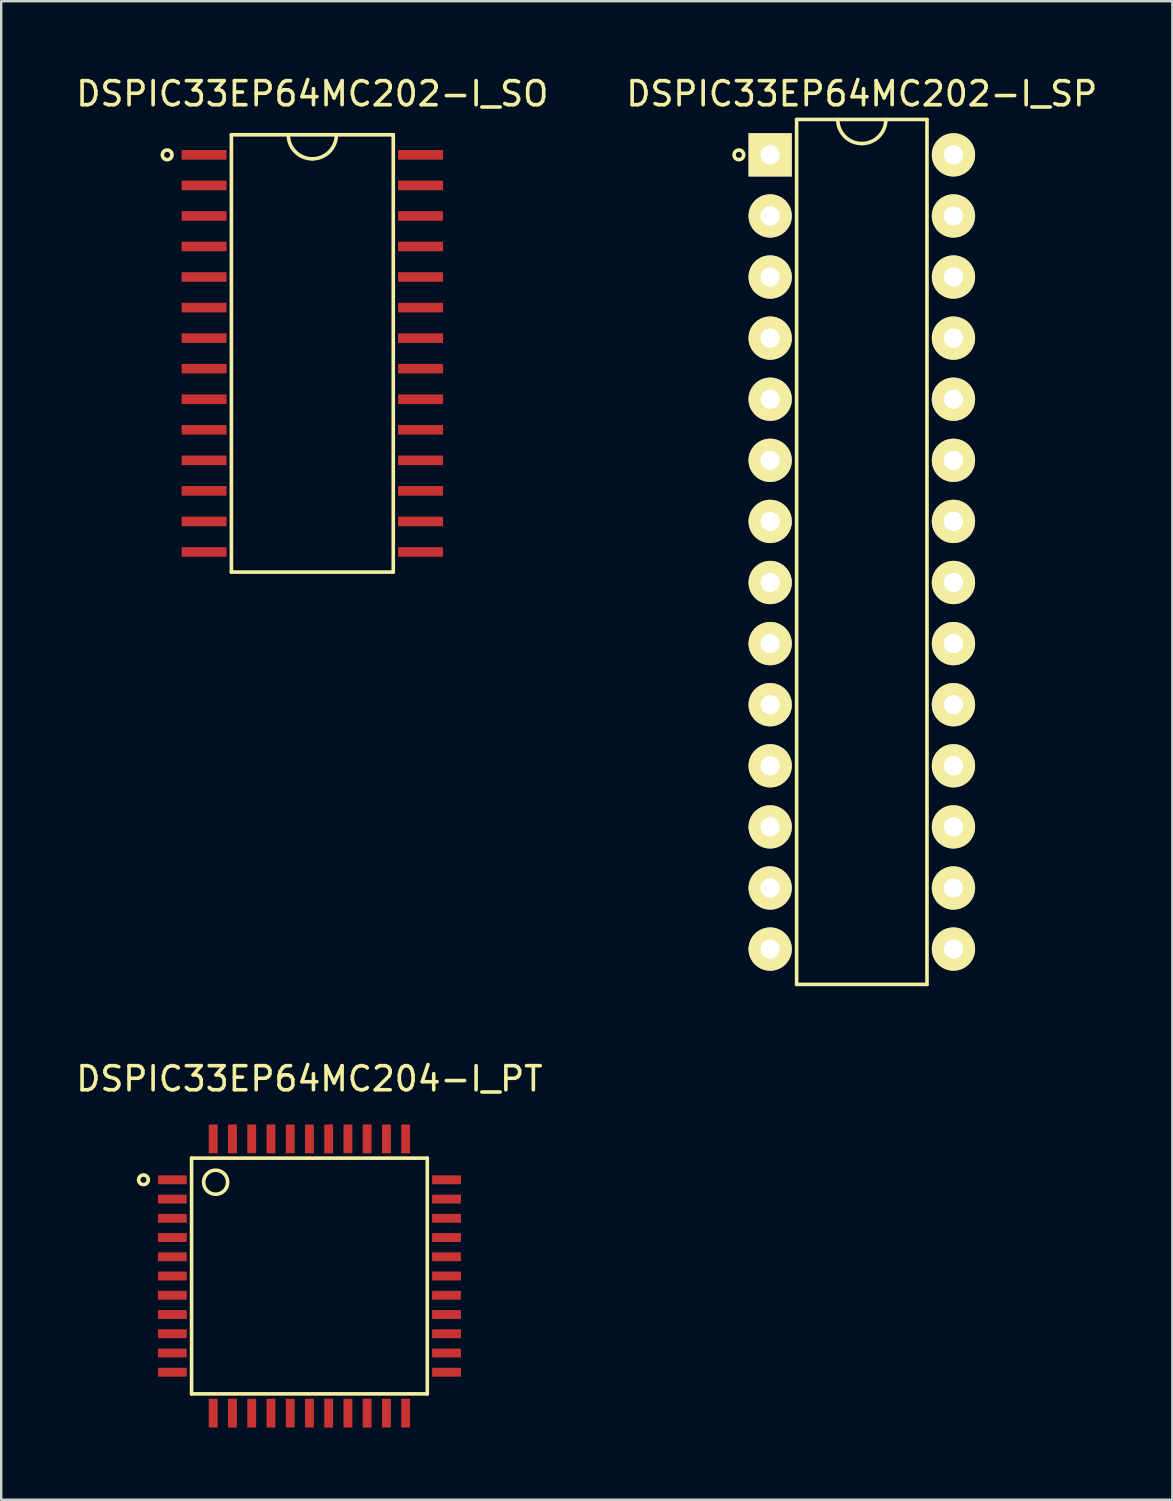
<source format=kicad_pcb>
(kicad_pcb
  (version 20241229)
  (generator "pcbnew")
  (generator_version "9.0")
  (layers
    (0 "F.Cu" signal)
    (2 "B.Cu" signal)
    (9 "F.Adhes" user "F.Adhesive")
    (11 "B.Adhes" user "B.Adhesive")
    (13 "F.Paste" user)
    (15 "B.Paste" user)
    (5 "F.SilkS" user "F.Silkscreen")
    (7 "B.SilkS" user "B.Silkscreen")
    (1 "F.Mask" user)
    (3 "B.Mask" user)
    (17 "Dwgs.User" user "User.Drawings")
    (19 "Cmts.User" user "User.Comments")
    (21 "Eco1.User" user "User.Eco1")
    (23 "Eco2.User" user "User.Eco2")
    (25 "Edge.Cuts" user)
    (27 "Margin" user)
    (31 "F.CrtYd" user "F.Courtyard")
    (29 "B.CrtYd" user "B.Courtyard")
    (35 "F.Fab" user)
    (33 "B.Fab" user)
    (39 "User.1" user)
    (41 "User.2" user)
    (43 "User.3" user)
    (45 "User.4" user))
  (footprint "DSPIC33EP64MC202-I_SP"
    (layer "F.Cu")
    (at 28.97 3.388)
    (property "Reference" "DSPIC33EP64MC202-I_SP" (at 3.81 -2.54 0) (layer "F.SilkS") (effects (font (size 1 1) (thickness 0.15))))
    (attr through_hole)
    (fp_line (start 1.1 -1.47) (end 6.52 -1.47) (stroke (width 0.15) (type solid)) (layer "F.SilkS"))
    (fp_line (start 1.1 34.49) (end 1.1 -1.47) (stroke (width 0.15) (type solid)) (layer "F.SilkS"))
    (fp_line (start 6.52 -1.47) (end 6.52 34.49) (stroke (width 0.15) (type solid)) (layer "F.SilkS"))
    (fp_line (start 6.52 34.49) (end 1.1 34.49) (stroke (width 0.15) (type solid)) (layer "F.SilkS"))
    (fp_arc (start 3.81 -0.47) (mid 3.102893 -0.762893) (end 2.81 -1.47) (stroke (width 0.15) (type solid)) (layer "F.SilkS"))
    (fp_arc (start 4.81 -1.47) (mid 4.517107 -0.762893) (end 3.81 -0.47) (stroke (width 0.15) (type solid)) (layer "F.SilkS"))
    (fp_circle (center -1.3 0) (end -1.3 0.2) (stroke (width 0.15) (type solid)) (fill no) (layer "F.SilkS"))
    (pad "1" thru_hole rect (at 0 0) (size 1.8 1.8) (drill 0.8) (layers "*.Cu" "*.Mask" "F.SilkS"))
    (pad "2" thru_hole circle (at 0 2.54) (size 1.8 1.8) (drill 0.8) (layers "*.Cu" "*.Mask" "F.SilkS"))
    (pad "3" thru_hole circle (at 0 5.08) (size 1.8 1.8) (drill 0.8) (layers "*.Cu" "*.Mask" "F.SilkS"))
    (pad "4" thru_hole circle (at 0 7.62) (size 1.8 1.8) (drill 0.8) (layers "*.Cu" "*.Mask" "F.SilkS"))
    (pad "5" thru_hole circle (at 0 10.16) (size 1.8 1.8) (drill 0.8) (layers "*.Cu" "*.Mask" "F.SilkS"))
    (pad "6" thru_hole circle (at 0 12.7) (size 1.8 1.8) (drill 0.8) (layers "*.Cu" "*.Mask" "F.SilkS"))
    (pad "7" thru_hole circle (at 0 15.24) (size 1.8 1.8) (drill 0.8) (layers "*.Cu" "*.Mask" "F.SilkS"))
    (pad "8" thru_hole circle (at 0 17.78) (size 1.8 1.8) (drill 0.8) (layers "*.Cu" "*.Mask" "F.SilkS"))
    (pad "9" thru_hole circle (at 0 20.32) (size 1.8 1.8) (drill 0.8) (layers "*.Cu" "*.Mask" "F.SilkS"))
    (pad "10" thru_hole circle (at 0 22.86) (size 1.8 1.8) (drill 0.8) (layers "*.Cu" "*.Mask" "F.SilkS"))
    (pad "11" thru_hole circle (at 0 25.4) (size 1.8 1.8) (drill 0.8) (layers "*.Cu" "*.Mask" "F.SilkS"))
    (pad "12" thru_hole circle (at 0 27.94) (size 1.8 1.8) (drill 0.8) (layers "*.Cu" "*.Mask" "F.SilkS"))
    (pad "13" thru_hole circle (at 0 30.48) (size 1.8 1.8) (drill 0.8) (layers "*.Cu" "*.Mask" "F.SilkS"))
    (pad "14" thru_hole circle (at 0 33.02) (size 1.8 1.8) (drill 0.8) (layers "*.Cu" "*.Mask" "F.SilkS"))
    (pad "15" thru_hole circle (at 7.62 33.02) (size 1.8 1.8) (drill 0.8) (layers "*.Cu" "*.Mask" "F.SilkS"))
    (pad "16" thru_hole circle (at 7.62 30.48) (size 1.8 1.8) (drill 0.8) (layers "*.Cu" "*.Mask" "F.SilkS"))
    (pad "17" thru_hole circle (at 7.62 27.94) (size 1.8 1.8) (drill 0.8) (layers "*.Cu" "*.Mask" "F.SilkS"))
    (pad "18" thru_hole circle (at 7.62 25.4) (size 1.8 1.8) (drill 0.8) (layers "*.Cu" "*.Mask" "F.SilkS"))
    (pad "19" thru_hole circle (at 7.62 22.86) (size 1.8 1.8) (drill 0.8) (layers "*.Cu" "*.Mask" "F.SilkS"))
    (pad "20" thru_hole circle (at 7.62 20.32) (size 1.8 1.8) (drill 0.8) (layers "*.Cu" "*.Mask" "F.SilkS"))
    (pad "21" thru_hole circle (at 7.62 17.78) (size 1.8 1.8) (drill 0.8) (layers "*.Cu" "*.Mask" "F.SilkS"))
    (pad "22" thru_hole circle (at 7.62 15.24) (size 1.8 1.8) (drill 0.8) (layers "*.Cu" "*.Mask" "F.SilkS"))
    (pad "23" thru_hole circle (at 7.62 12.7) (size 1.8 1.8) (drill 0.8) (layers "*.Cu" "*.Mask" "F.SilkS"))
    (pad "24" thru_hole circle (at 7.62 10.16) (size 1.8 1.8) (drill 0.8) (layers "*.Cu" "*.Mask" "F.SilkS"))
    (pad "25" thru_hole circle (at 7.62 7.62) (size 1.8 1.8) (drill 0.8) (layers "*.Cu" "*.Mask" "F.SilkS"))
    (pad "26" thru_hole circle (at 7.62 5.08) (size 1.8 1.8) (drill 0.8) (layers "*.Cu" "*.Mask" "F.SilkS"))
    (pad "27" thru_hole circle (at 7.62 2.54) (size 1.8 1.8) (drill 0.8) (layers "*.Cu" "*.Mask" "F.SilkS"))
    (pad "28" thru_hole circle (at 7.62 0) (size 1.8 1.8) (drill 0.8) (layers "*.Cu" "*.Mask" "F.SilkS")))
  (footprint "DSPIC33EP64MC202-I_SO"
    (layer "F.Cu")
    (at 5.435 3.388)
    (property "Reference" "DSPIC33EP64MC202-I_SO" (at 4.5 -2.54 0) (layer "F.SilkS") (effects (font (size 1 1) (thickness 0.15))))
    (attr through_hole)
    (fp_line (start 1.135 -0.835) (end 7.865 -0.835) (stroke (width 0.15) (type solid)) (layer "F.SilkS"))
    (fp_line (start 1.135 17.345) (end 1.135 -0.835) (stroke (width 0.15) (type solid)) (layer "F.SilkS"))
    (fp_line (start 7.865 -0.835) (end 7.865 17.345) (stroke (width 0.15) (type solid)) (layer "F.SilkS"))
    (fp_line (start 7.865 17.345) (end 1.135 17.345) (stroke (width 0.15) (type solid)) (layer "F.SilkS"))
    (fp_arc (start 4.5 0.165) (mid 3.792893 -0.127893) (end 3.5 -0.835) (stroke (width 0.15) (type solid)) (layer "F.SilkS"))
    (fp_arc (start 5.5 -0.835) (mid 5.207107 -0.127893) (end 4.5 0.165) (stroke (width 0.15) (type solid)) (layer "F.SilkS"))
    (fp_circle (center -1.535 0) (end -1.535 0.2) (stroke (width 0.15) (type solid)) (fill no) (layer "F.SilkS"))
    (pad "1" smd rect (at 0 0) (size 1.87 0.4) (layers "F.Cu" "F.Mask" "F.Paste"))
    (pad "2" smd rect (at 0 1.27) (size 1.87 0.4) (layers "F.Cu" "F.Mask" "F.Paste"))
    (pad "3" smd rect (at 0 2.54) (size 1.87 0.4) (layers "F.Cu" "F.Mask" "F.Paste"))
    (pad "4" smd rect (at 0 3.81) (size 1.87 0.4) (layers "F.Cu" "F.Mask" "F.Paste"))
    (pad "5" smd rect (at 0 5.08) (size 1.87 0.4) (layers "F.Cu" "F.Mask" "F.Paste"))
    (pad "6" smd rect (at 0 6.35) (size 1.87 0.4) (layers "F.Cu" "F.Mask" "F.Paste"))
    (pad "7" smd rect (at 0 7.62) (size 1.87 0.4) (layers "F.Cu" "F.Mask" "F.Paste"))
    (pad "8" smd rect (at 0 8.89) (size 1.87 0.4) (layers "F.Cu" "F.Mask" "F.Paste"))
    (pad "9" smd rect (at 0 10.16) (size 1.87 0.4) (layers "F.Cu" "F.Mask" "F.Paste"))
    (pad "10" smd rect (at 0 11.43) (size 1.87 0.4) (layers "F.Cu" "F.Mask" "F.Paste"))
    (pad "11" smd rect (at 0 12.7) (size 1.87 0.4) (layers "F.Cu" "F.Mask" "F.Paste"))
    (pad "12" smd rect (at 0 13.97) (size 1.87 0.4) (layers "F.Cu" "F.Mask" "F.Paste"))
    (pad "13" smd rect (at 0 15.24) (size 1.87 0.4) (layers "F.Cu" "F.Mask" "F.Paste"))
    (pad "14" smd rect (at 0 16.51) (size 1.87 0.4) (layers "F.Cu" "F.Mask" "F.Paste"))
    (pad "15" smd rect (at 9 16.51) (size 1.87 0.4) (layers "F.Cu" "F.Mask" "F.Paste"))
    (pad "16" smd rect (at 9 15.24) (size 1.87 0.4) (layers "F.Cu" "F.Mask" "F.Paste"))
    (pad "17" smd rect (at 9 13.97) (size 1.87 0.4) (layers "F.Cu" "F.Mask" "F.Paste"))
    (pad "18" smd rect (at 9 12.7) (size 1.87 0.4) (layers "F.Cu" "F.Mask" "F.Paste"))
    (pad "19" smd rect (at 9 11.43) (size 1.87 0.4) (layers "F.Cu" "F.Mask" "F.Paste"))
    (pad "20" smd rect (at 9 10.16) (size 1.87 0.4) (layers "F.Cu" "F.Mask" "F.Paste"))
    (pad "21" smd rect (at 9 8.89) (size 1.87 0.4) (layers "F.Cu" "F.Mask" "F.Paste"))
    (pad "22" smd rect (at 9 7.62) (size 1.87 0.4) (layers "F.Cu" "F.Mask" "F.Paste"))
    (pad "23" smd rect (at 9 6.35) (size 1.87 0.4) (layers "F.Cu" "F.Mask" "F.Paste"))
    (pad "24" smd rect (at 9 5.08) (size 1.87 0.4) (layers "F.Cu" "F.Mask" "F.Paste"))
    (pad "25" smd rect (at 9 3.81) (size 1.87 0.4) (layers "F.Cu" "F.Mask" "F.Paste"))
    (pad "26" smd rect (at 9 2.54) (size 1.87 0.4) (layers "F.Cu" "F.Mask" "F.Paste"))
    (pad "27" smd rect (at 9 1.27) (size 1.87 0.4) (layers "F.Cu" "F.Mask" "F.Paste"))
    (pad "28" smd rect (at 9 0) (size 1.87 0.4) (layers "F.Cu" "F.Mask" "F.Paste")))
  (footprint "DSPIC33EP64MC204-I_PT"
    (layer "F.Cu")
    (at 4.115 44.301)
    (property "Reference" "DSPIC33EP64MC204-I_PT" (at 5.7 -2.5 0) (layer "F.SilkS") (effects (font (size 1 1) (thickness 0.15))))
    (attr through_hole)
    (fp_line (start 0.8 0.8) (end 0.8 10.6) (stroke (width 0.15) (type solid)) (layer "F.SilkS"))
    (fp_line (start 0.8 0.8) (end 10.6 0.8) (stroke (width 0.15) (type solid)) (layer "F.SilkS"))
    (fp_line (start 0.8 10.6) (end 10.6 10.6) (stroke (width 0.15) (type solid)) (layer "F.SilkS"))
    (fp_line (start 10.6 10.6) (end 10.6 0.8) (stroke (width 0.15) (type solid)) (layer "F.SilkS"))
    (fp_circle (center -1.2 1.7) (end -1.2 1.5) (stroke (width 0.15) (type solid)) (fill no) (layer "F.SilkS"))
    (fp_circle (center 1.8 1.8) (end 1.8 1.3) (stroke (width 0.15) (type solid)) (fill no) (layer "F.SilkS"))
    (pad "1" smd rect (at 0 1.7) (size 1.2 0.37) (layers "F.Cu" "F.Mask" "F.Paste"))
    (pad "2" smd rect (at 0 2.5) (size 1.2 0.37) (layers "F.Cu" "F.Mask" "F.Paste"))
    (pad "3" smd rect (at 0 3.3) (size 1.2 0.37) (layers "F.Cu" "F.Mask" "F.Paste"))
    (pad "4" smd rect (at 0 4.1) (size 1.2 0.37) (layers "F.Cu" "F.Mask" "F.Paste"))
    (pad "5" smd rect (at 0 4.9) (size 1.2 0.37) (layers "F.Cu" "F.Mask" "F.Paste"))
    (pad "6" smd rect (at 0 5.7) (size 1.2 0.37) (layers "F.Cu" "F.Mask" "F.Paste"))
    (pad "7" smd rect (at 0 6.5) (size 1.2 0.37) (layers "F.Cu" "F.Mask" "F.Paste"))
    (pad "8" smd rect (at 0 7.3) (size 1.2 0.37) (layers "F.Cu" "F.Mask" "F.Paste"))
    (pad "9" smd rect (at 0 8.1) (size 1.2 0.37) (layers "F.Cu" "F.Mask" "F.Paste"))
    (pad "10" smd rect (at 0 8.9) (size 1.2 0.37) (layers "F.Cu" "F.Mask" "F.Paste"))
    (pad "11" smd rect (at 0 9.7) (size 1.2 0.37) (layers "F.Cu" "F.Mask" "F.Paste"))
    (pad "12" smd rect (at 1.7 11.4) (size 0.37 1.2) (layers "F.Cu" "F.Mask" "F.Paste"))
    (pad "13" smd rect (at 2.5 11.4) (size 0.37 1.2) (layers "F.Cu" "F.Mask" "F.Paste"))
    (pad "14" smd rect (at 3.3 11.4) (size 0.37 1.2) (layers "F.Cu" "F.Mask" "F.Paste"))
    (pad "15" smd rect (at 4.1 11.4) (size 0.37 1.2) (layers "F.Cu" "F.Mask" "F.Paste"))
    (pad "16" smd rect (at 4.9 11.4) (size 0.37 1.2) (layers "F.Cu" "F.Mask" "F.Paste"))
    (pad "17" smd rect (at 5.7 11.4) (size 0.37 1.2) (layers "F.Cu" "F.Mask" "F.Paste"))
    (pad "18" smd rect (at 6.5 11.4) (size 0.37 1.2) (layers "F.Cu" "F.Mask" "F.Paste"))
    (pad "19" smd rect (at 7.3 11.4) (size 0.37 1.2) (layers "F.Cu" "F.Mask" "F.Paste"))
    (pad "20" smd rect (at 8.1 11.4) (size 0.37 1.2) (layers "F.Cu" "F.Mask" "F.Paste"))
    (pad "21" smd rect (at 8.9 11.4) (size 0.37 1.2) (layers "F.Cu" "F.Mask" "F.Paste"))
    (pad "22" smd rect (at 9.7 11.4) (size 0.37 1.2) (layers "F.Cu" "F.Mask" "F.Paste"))
    (pad "23" smd rect (at 11.4 9.7) (size 1.2 0.37) (layers "F.Cu" "F.Mask" "F.Paste"))
    (pad "24" smd rect (at 11.4 8.9) (size 1.2 0.37) (layers "F.Cu" "F.Mask" "F.Paste"))
    (pad "25" smd rect (at 11.4 8.1) (size 1.2 0.37) (layers "F.Cu" "F.Mask" "F.Paste"))
    (pad "26" smd rect (at 11.4 7.3) (size 1.2 0.37) (layers "F.Cu" "F.Mask" "F.Paste"))
    (pad "27" smd rect (at 11.4 6.5) (size 1.2 0.37) (layers "F.Cu" "F.Mask" "F.Paste"))
    (pad "28" smd rect (at 11.4 5.7) (size 1.2 0.37) (layers "F.Cu" "F.Mask" "F.Paste"))
    (pad "29" smd rect (at 11.4 4.9) (size 1.2 0.37) (layers "F.Cu" "F.Mask" "F.Paste"))
    (pad "30" smd rect (at 11.4 4.1) (size 1.2 0.37) (layers "F.Cu" "F.Mask" "F.Paste"))
    (pad "31" smd rect (at 11.4 3.3) (size 1.2 0.37) (layers "F.Cu" "F.Mask" "F.Paste"))
    (pad "32" smd rect (at 11.4 2.5) (size 1.2 0.37) (layers "F.Cu" "F.Mask" "F.Paste"))
    (pad "33" smd rect (at 11.4 1.7) (size 1.2 0.37) (layers "F.Cu" "F.Mask" "F.Paste"))
    (pad "34" smd rect (at 9.7 0) (size 0.37 1.2) (layers "F.Cu" "F.Mask" "F.Paste"))
    (pad "35" smd rect (at 8.9 0) (size 0.37 1.2) (layers "F.Cu" "F.Mask" "F.Paste"))
    (pad "36" smd rect (at 8.1 0) (size 0.37 1.2) (layers "F.Cu" "F.Mask" "F.Paste"))
    (pad "37" smd rect (at 7.3 0) (size 0.37 1.2) (layers "F.Cu" "F.Mask" "F.Paste"))
    (pad "38" smd rect (at 6.5 0) (size 0.37 1.2) (layers "F.Cu" "F.Mask" "F.Paste"))
    (pad "39" smd rect (at 5.7 0) (size 0.37 1.2) (layers "F.Cu" "F.Mask" "F.Paste"))
    (pad "40" smd rect (at 4.9 0) (size 0.37 1.2) (layers "F.Cu" "F.Mask" "F.Paste"))
    (pad "41" smd rect (at 4.1 0) (size 0.37 1.2) (layers "F.Cu" "F.Mask" "F.Paste"))
    (pad "42" smd rect (at 3.3 0) (size 0.37 1.2) (layers "F.Cu" "F.Mask" "F.Paste"))
    (pad "43" smd rect (at 2.5 0) (size 0.37 1.2) (layers "F.Cu" "F.Mask" "F.Paste"))
    (pad "44" smd rect (at 1.7 0) (size 0.37 1.2) (layers "F.Cu" "F.Mask" "F.Paste")))
  (gr_rect
    (start -3 -3)
    (end 45.69 59.301)
    (stroke (width 0.1) (type default))
    (fill no)
    (layer "Edge.Cuts")))
</source>
